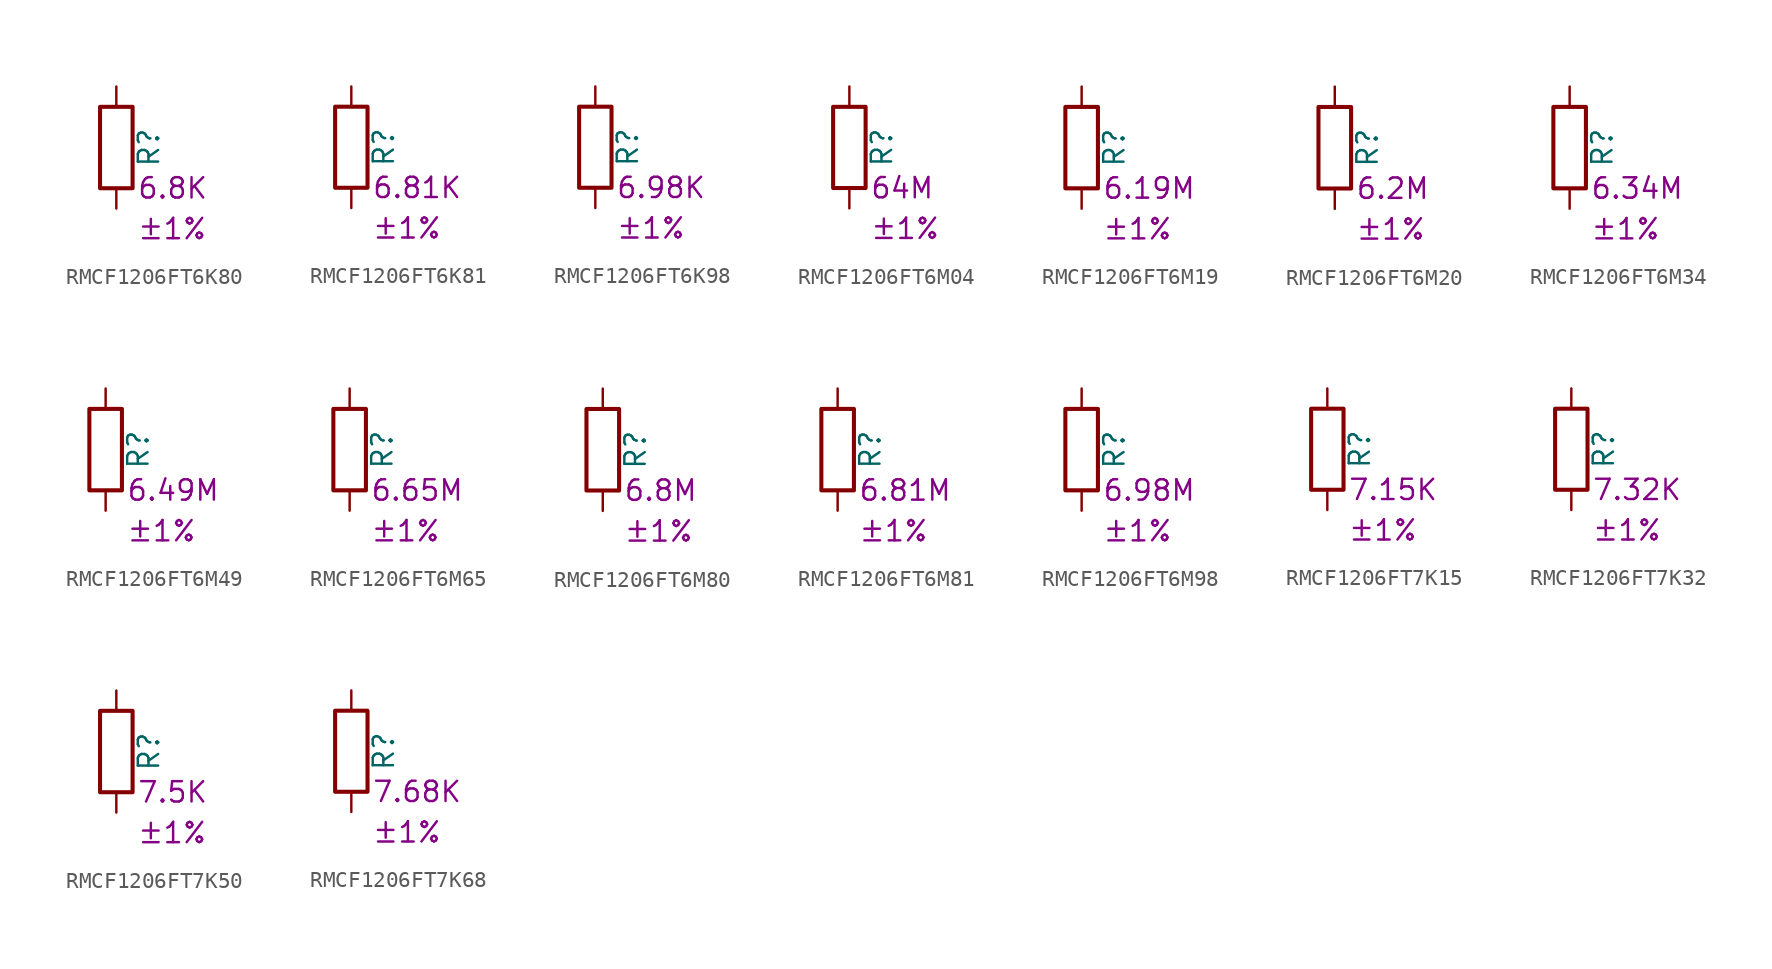
<source format=kicad_sym>
(kicad_symbol_lib
  (version 20220914)
  (generator kicad_symbol_editor)
  (symbol "RMCF1206FT6K80"
    (pin_numbers hide)
    (pin_names
      (offset 0))
    (property "Reference" "R"
      (at 2.032 0 90)
      (effects (font (size 1.27 1.27))))
    (property "Resistance" "6.8K"
      (at 1.27 -2.54 0)
      (effects (font (size 1.27 1.27)) (justify left)))
    (property "Tolerance" "±1%"
      (at 1.27 -5.08 0)
      (effects (font (size 1.27 1.27)) (justify left)))
    (symbol "RMCF1206FT6K80_0_1"
      (rectangle (start -1.016 -2.54) (end 1.016 2.54) (stroke (width 0.254) (type default)) (fill (type none))))
    (symbol "RMCF1206FT6K80_1_1"
      (pin passive line (at 0 3.81 270) (length 1.27) (name "~" (effects (font (size 1.27 1.27)))) (number "1" (effects (font (size 1.27 1.27)))))
      (pin passive line (at 0 -3.81 90) (length 1.27) (name "~" (effects (font (size 1.27 1.27)))) (number "2" (effects (font (size 1.27 1.27)))))))
  (symbol "RMCF1206FT6K81"
    (pin_numbers hide)
    (pin_names
      (offset 0))
    (property "Reference" "R"
      (at 2.032 0 90)
      (effects (font (size 1.27 1.27))))
    (property "Resistance" "6.81K"
      (at 1.27 -2.54 0)
      (effects (font (size 1.27 1.27)) (justify left)))
    (property "Tolerance" "±1%"
      (at 1.27 -5.08 0)
      (effects (font (size 1.27 1.27)) (justify left)))
    (symbol "RMCF1206FT6K81_0_1"
      (rectangle (start -1.016 -2.54) (end 1.016 2.54) (stroke (width 0.254) (type default)) (fill (type none))))
    (symbol "RMCF1206FT6K81_1_1"
      (pin passive line (at 0 3.81 270) (length 1.27) (name "~" (effects (font (size 1.27 1.27)))) (number "1" (effects (font (size 1.27 1.27)))))
      (pin passive line (at 0 -3.81 90) (length 1.27) (name "~" (effects (font (size 1.27 1.27)))) (number "2" (effects (font (size 1.27 1.27)))))))
  (symbol "RMCF1206FT6K98"
    (pin_numbers hide)
    (pin_names
      (offset 0))
    (property "Reference" "R"
      (at 2.032 0 90)
      (effects (font (size 1.27 1.27))))
    (property "Resistance" "6.98K"
      (at 1.27 -2.54 0)
      (effects (font (size 1.27 1.27)) (justify left)))
    (property "Tolerance" "±1%"
      (at 1.27 -5.08 0)
      (effects (font (size 1.27 1.27)) (justify left)))
    (symbol "RMCF1206FT6K98_0_1"
      (rectangle (start -1.016 -2.54) (end 1.016 2.54) (stroke (width 0.254) (type default)) (fill (type none))))
    (symbol "RMCF1206FT6K98_1_1"
      (pin passive line (at 0 3.81 270) (length 1.27) (name "~" (effects (font (size 1.27 1.27)))) (number "1" (effects (font (size 1.27 1.27)))))
      (pin passive line (at 0 -3.81 90) (length 1.27) (name "~" (effects (font (size 1.27 1.27)))) (number "2" (effects (font (size 1.27 1.27)))))))
  (symbol "RMCF1206FT6M04"
    (pin_numbers hide)
    (pin_names
      (offset 0))
    (property "Reference" "R"
      (at 2.032 0 90)
      (effects (font (size 1.27 1.27))))
    (property "Resistance" "64M"
      (at 1.27 -2.54 0)
      (effects (font (size 1.27 1.27)) (justify left)))
    (property "Tolerance" "±1%"
      (at 1.27 -5.08 0)
      (effects (font (size 1.27 1.27)) (justify left)))
    (symbol "RMCF1206FT6M04_0_1"
      (rectangle (start -1.016 -2.54) (end 1.016 2.54) (stroke (width 0.254) (type default)) (fill (type none))))
    (symbol "RMCF1206FT6M04_1_1"
      (pin passive line (at 0 3.81 270) (length 1.27) (name "~" (effects (font (size 1.27 1.27)))) (number "1" (effects (font (size 1.27 1.27)))))
      (pin passive line (at 0 -3.81 90) (length 1.27) (name "~" (effects (font (size 1.27 1.27)))) (number "2" (effects (font (size 1.27 1.27)))))))
  (symbol "RMCF1206FT6M19"
    (pin_numbers hide)
    (pin_names
      (offset 0))
    (property "Reference" "R"
      (at 2.032 0 90)
      (effects (font (size 1.27 1.27))))
    (property "Resistance" "6.19M"
      (at 1.27 -2.54 0)
      (effects (font (size 1.27 1.27)) (justify left)))
    (property "Tolerance" "±1%"
      (at 1.27 -5.08 0)
      (effects (font (size 1.27 1.27)) (justify left)))
    (symbol "RMCF1206FT6M19_0_1"
      (rectangle (start -1.016 -2.54) (end 1.016 2.54) (stroke (width 0.254) (type default)) (fill (type none))))
    (symbol "RMCF1206FT6M19_1_1"
      (pin passive line (at 0 3.81 270) (length 1.27) (name "~" (effects (font (size 1.27 1.27)))) (number "1" (effects (font (size 1.27 1.27)))))
      (pin passive line (at 0 -3.81 90) (length 1.27) (name "~" (effects (font (size 1.27 1.27)))) (number "2" (effects (font (size 1.27 1.27)))))))
  (symbol "RMCF1206FT6M20"
    (pin_numbers hide)
    (pin_names
      (offset 0))
    (property "Reference" "R"
      (at 2.032 0 90)
      (effects (font (size 1.27 1.27))))
    (property "Resistance" "6.2M"
      (at 1.27 -2.54 0)
      (effects (font (size 1.27 1.27)) (justify left)))
    (property "Tolerance" "±1%"
      (at 1.27 -5.08 0)
      (effects (font (size 1.27 1.27)) (justify left)))
    (symbol "RMCF1206FT6M20_0_1"
      (rectangle (start -1.016 -2.54) (end 1.016 2.54) (stroke (width 0.254) (type default)) (fill (type none))))
    (symbol "RMCF1206FT6M20_1_1"
      (pin passive line (at 0 3.81 270) (length 1.27) (name "~" (effects (font (size 1.27 1.27)))) (number "1" (effects (font (size 1.27 1.27)))))
      (pin passive line (at 0 -3.81 90) (length 1.27) (name "~" (effects (font (size 1.27 1.27)))) (number "2" (effects (font (size 1.27 1.27)))))))
  (symbol "RMCF1206FT6M34"
    (pin_numbers hide)
    (pin_names
      (offset 0))
    (property "Reference" "R"
      (at 2.032 0 90)
      (effects (font (size 1.27 1.27))))
    (property "Resistance" "6.34M"
      (at 1.27 -2.54 0)
      (effects (font (size 1.27 1.27)) (justify left)))
    (property "Tolerance" "±1%"
      (at 1.27 -5.08 0)
      (effects (font (size 1.27 1.27)) (justify left)))
    (symbol "RMCF1206FT6M34_0_1"
      (rectangle (start -1.016 -2.54) (end 1.016 2.54) (stroke (width 0.254) (type default)) (fill (type none))))
    (symbol "RMCF1206FT6M34_1_1"
      (pin passive line (at 0 3.81 270) (length 1.27) (name "~" (effects (font (size 1.27 1.27)))) (number "1" (effects (font (size 1.27 1.27)))))
      (pin passive line (at 0 -3.81 90) (length 1.27) (name "~" (effects (font (size 1.27 1.27)))) (number "2" (effects (font (size 1.27 1.27)))))))
  (symbol "RMCF1206FT6M49"
    (pin_numbers hide)
    (pin_names
      (offset 0))
    (property "Reference" "R"
      (at 2.032 0 90)
      (effects (font (size 1.27 1.27))))
    (property "Resistance" "6.49M"
      (at 1.27 -2.54 0)
      (effects (font (size 1.27 1.27)) (justify left)))
    (property "Tolerance" "±1%"
      (at 1.27 -5.08 0)
      (effects (font (size 1.27 1.27)) (justify left)))
    (symbol "RMCF1206FT6M49_0_1"
      (rectangle (start -1.016 -2.54) (end 1.016 2.54) (stroke (width 0.254) (type default)) (fill (type none))))
    (symbol "RMCF1206FT6M49_1_1"
      (pin passive line (at 0 3.81 270) (length 1.27) (name "~" (effects (font (size 1.27 1.27)))) (number "1" (effects (font (size 1.27 1.27)))))
      (pin passive line (at 0 -3.81 90) (length 1.27) (name "~" (effects (font (size 1.27 1.27)))) (number "2" (effects (font (size 1.27 1.27)))))))
  (symbol "RMCF1206FT6M65"
    (pin_numbers hide)
    (pin_names
      (offset 0))
    (property "Reference" "R"
      (at 2.032 0 90)
      (effects (font (size 1.27 1.27))))
    (property "Resistance" "6.65M"
      (at 1.27 -2.54 0)
      (effects (font (size 1.27 1.27)) (justify left)))
    (property "Tolerance" "±1%"
      (at 1.27 -5.08 0)
      (effects (font (size 1.27 1.27)) (justify left)))
    (symbol "RMCF1206FT6M65_0_1"
      (rectangle (start -1.016 -2.54) (end 1.016 2.54) (stroke (width 0.254) (type default)) (fill (type none))))
    (symbol "RMCF1206FT6M65_1_1"
      (pin passive line (at 0 3.81 270) (length 1.27) (name "~" (effects (font (size 1.27 1.27)))) (number "1" (effects (font (size 1.27 1.27)))))
      (pin passive line (at 0 -3.81 90) (length 1.27) (name "~" (effects (font (size 1.27 1.27)))) (number "2" (effects (font (size 1.27 1.27)))))))
  (symbol "RMCF1206FT6M80"
    (pin_numbers hide)
    (pin_names
      (offset 0))
    (property "Reference" "R"
      (at 2.032 0 90)
      (effects (font (size 1.27 1.27))))
    (property "Resistance" "6.8M"
      (at 1.27 -2.54 0)
      (effects (font (size 1.27 1.27)) (justify left)))
    (property "Tolerance" "±1%"
      (at 1.27 -5.08 0)
      (effects (font (size 1.27 1.27)) (justify left)))
    (symbol "RMCF1206FT6M80_0_1"
      (rectangle (start -1.016 -2.54) (end 1.016 2.54) (stroke (width 0.254) (type default)) (fill (type none))))
    (symbol "RMCF1206FT6M80_1_1"
      (pin passive line (at 0 3.81 270) (length 1.27) (name "~" (effects (font (size 1.27 1.27)))) (number "1" (effects (font (size 1.27 1.27)))))
      (pin passive line (at 0 -3.81 90) (length 1.27) (name "~" (effects (font (size 1.27 1.27)))) (number "2" (effects (font (size 1.27 1.27)))))))
  (symbol "RMCF1206FT6M81"
    (pin_numbers hide)
    (pin_names
      (offset 0))
    (property "Reference" "R"
      (at 2.032 0 90)
      (effects (font (size 1.27 1.27))))
    (property "Resistance" "6.81M"
      (at 1.27 -2.54 0)
      (effects (font (size 1.27 1.27)) (justify left)))
    (property "Tolerance" "±1%"
      (at 1.27 -5.08 0)
      (effects (font (size 1.27 1.27)) (justify left)))
    (symbol "RMCF1206FT6M81_0_1"
      (rectangle (start -1.016 -2.54) (end 1.016 2.54) (stroke (width 0.254) (type default)) (fill (type none))))
    (symbol "RMCF1206FT6M81_1_1"
      (pin passive line (at 0 3.81 270) (length 1.27) (name "~" (effects (font (size 1.27 1.27)))) (number "1" (effects (font (size 1.27 1.27)))))
      (pin passive line (at 0 -3.81 90) (length 1.27) (name "~" (effects (font (size 1.27 1.27)))) (number "2" (effects (font (size 1.27 1.27)))))))
  (symbol "RMCF1206FT6M98"
    (pin_numbers hide)
    (pin_names
      (offset 0))
    (property "Reference" "R"
      (at 2.032 0 90)
      (effects (font (size 1.27 1.27))))
    (property "Resistance" "6.98M"
      (at 1.27 -2.54 0)
      (effects (font (size 1.27 1.27)) (justify left)))
    (property "Tolerance" "±1%"
      (at 1.27 -5.08 0)
      (effects (font (size 1.27 1.27)) (justify left)))
    (symbol "RMCF1206FT6M98_0_1"
      (rectangle (start -1.016 -2.54) (end 1.016 2.54) (stroke (width 0.254) (type default)) (fill (type none))))
    (symbol "RMCF1206FT6M98_1_1"
      (pin passive line (at 0 3.81 270) (length 1.27) (name "~" (effects (font (size 1.27 1.27)))) (number "1" (effects (font (size 1.27 1.27)))))
      (pin passive line (at 0 -3.81 90) (length 1.27) (name "~" (effects (font (size 1.27 1.27)))) (number "2" (effects (font (size 1.27 1.27)))))))
  (symbol "RMCF1206FT7K15"
    (pin_numbers hide)
    (pin_names
      (offset 0))
    (property "Reference" "R"
      (at 2.032 0 90)
      (effects (font (size 1.27 1.27))))
    (property "Resistance" "7.15K"
      (at 1.27 -2.54 0)
      (effects (font (size 1.27 1.27)) (justify left)))
    (property "Tolerance" "±1%"
      (at 1.27 -5.08 0)
      (effects (font (size 1.27 1.27)) (justify left)))
    (symbol "RMCF1206FT7K15_0_1"
      (rectangle (start -1.016 -2.54) (end 1.016 2.54) (stroke (width 0.254) (type default)) (fill (type none))))
    (symbol "RMCF1206FT7K15_1_1"
      (pin passive line (at 0 3.81 270) (length 1.27) (name "~" (effects (font (size 1.27 1.27)))) (number "1" (effects (font (size 1.27 1.27)))))
      (pin passive line (at 0 -3.81 90) (length 1.27) (name "~" (effects (font (size 1.27 1.27)))) (number "2" (effects (font (size 1.27 1.27)))))))
  (symbol "RMCF1206FT7K32"
    (pin_numbers hide)
    (pin_names
      (offset 0))
    (property "Reference" "R"
      (at 2.032 0 90)
      (effects (font (size 1.27 1.27))))
    (property "Resistance" "7.32K"
      (at 1.27 -2.54 0)
      (effects (font (size 1.27 1.27)) (justify left)))
    (property "Tolerance" "±1%"
      (at 1.27 -5.08 0)
      (effects (font (size 1.27 1.27)) (justify left)))
    (symbol "RMCF1206FT7K32_0_1"
      (rectangle (start -1.016 -2.54) (end 1.016 2.54) (stroke (width 0.254) (type default)) (fill (type none))))
    (symbol "RMCF1206FT7K32_1_1"
      (pin passive line (at 0 3.81 270) (length 1.27) (name "~" (effects (font (size 1.27 1.27)))) (number "1" (effects (font (size 1.27 1.27)))))
      (pin passive line (at 0 -3.81 90) (length 1.27) (name "~" (effects (font (size 1.27 1.27)))) (number "2" (effects (font (size 1.27 1.27)))))))
  (symbol "RMCF1206FT7K50"
    (pin_numbers hide)
    (pin_names
      (offset 0))
    (property "Reference" "R"
      (at 2.032 0 90)
      (effects (font (size 1.27 1.27))))
    (property "Resistance" "7.5K"
      (at 1.27 -2.54 0)
      (effects (font (size 1.27 1.27)) (justify left)))
    (property "Tolerance" "±1%"
      (at 1.27 -5.08 0)
      (effects (font (size 1.27 1.27)) (justify left)))
    (symbol "RMCF1206FT7K50_0_1"
      (rectangle (start -1.016 -2.54) (end 1.016 2.54) (stroke (width 0.254) (type default)) (fill (type none))))
    (symbol "RMCF1206FT7K50_1_1"
      (pin passive line (at 0 3.81 270) (length 1.27) (name "~" (effects (font (size 1.27 1.27)))) (number "1" (effects (font (size 1.27 1.27)))))
      (pin passive line (at 0 -3.81 90) (length 1.27) (name "~" (effects (font (size 1.27 1.27)))) (number "2" (effects (font (size 1.27 1.27)))))))
  (symbol "RMCF1206FT7K68"
    (pin_numbers hide)
    (pin_names
      (offset 0))
    (property "Reference" "R"
      (at 2.032 0 90)
      (effects (font (size 1.27 1.27))))
    (property "Resistance" "7.68K"
      (at 1.27 -2.54 0)
      (effects (font (size 1.27 1.27)) (justify left)))
    (property "Tolerance" "±1%"
      (at 1.27 -5.08 0)
      (effects (font (size 1.27 1.27)) (justify left)))
    (symbol "RMCF1206FT7K68_0_1"
      (rectangle (start -1.016 -2.54) (end 1.016 2.54) (stroke (width 0.254) (type default)) (fill (type none))))
    (symbol "RMCF1206FT7K68_1_1"
      (pin passive line (at 0 3.81 270) (length 1.27) (name "~" (effects (font (size 1.27 1.27)))) (number "1" (effects (font (size 1.27 1.27)))))
      (pin passive line (at 0 -3.81 90) (length 1.27) (name "~" (effects (font (size 1.27 1.27)))) (number "2" (effects (font (size 1.27 1.27))))))))
</source>
